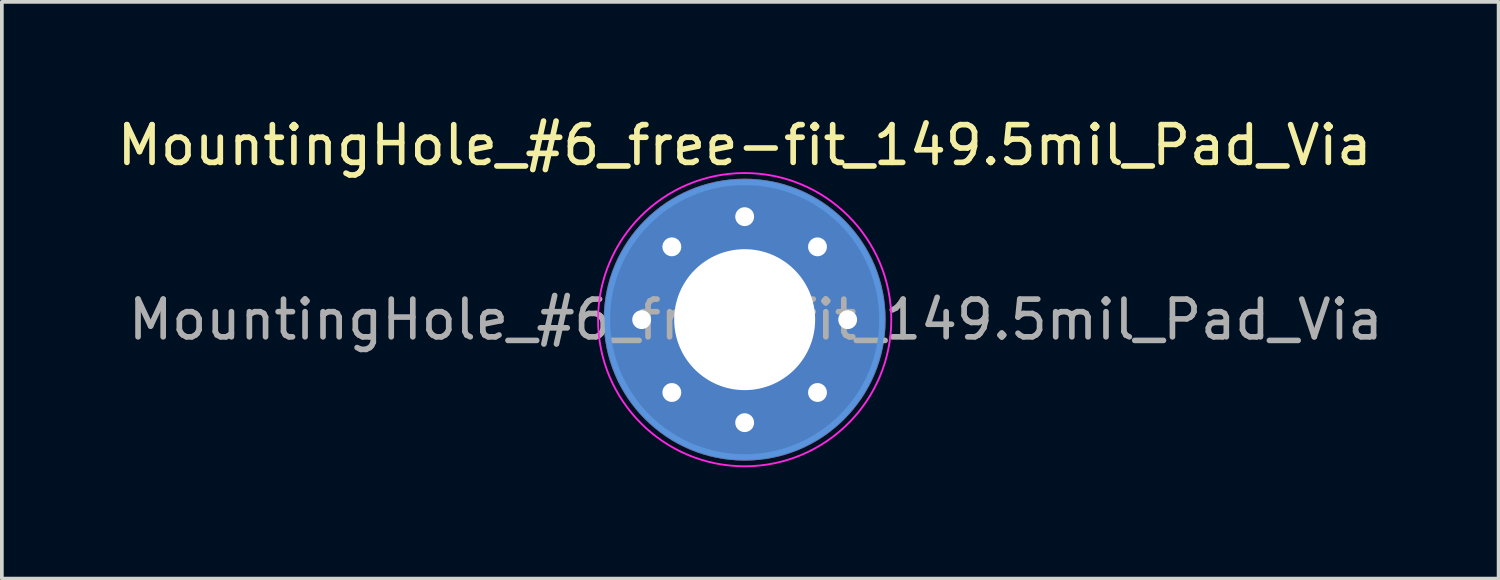
<source format=kicad_pcb>
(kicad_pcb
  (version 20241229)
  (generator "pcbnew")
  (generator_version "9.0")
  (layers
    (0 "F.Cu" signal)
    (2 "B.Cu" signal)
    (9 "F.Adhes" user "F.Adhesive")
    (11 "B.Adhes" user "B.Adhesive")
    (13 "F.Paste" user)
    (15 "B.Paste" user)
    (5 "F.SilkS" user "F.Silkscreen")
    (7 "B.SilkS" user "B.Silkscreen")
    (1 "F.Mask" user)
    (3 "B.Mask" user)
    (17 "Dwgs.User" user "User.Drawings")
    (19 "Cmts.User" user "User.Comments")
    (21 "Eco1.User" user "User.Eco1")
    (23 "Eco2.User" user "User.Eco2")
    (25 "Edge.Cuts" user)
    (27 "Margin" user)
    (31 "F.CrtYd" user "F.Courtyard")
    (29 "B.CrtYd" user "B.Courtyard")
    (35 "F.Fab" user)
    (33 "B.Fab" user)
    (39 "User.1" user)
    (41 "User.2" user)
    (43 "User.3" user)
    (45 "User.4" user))
  (footprint "MountingHole_#6_free-fit_149.5mil_Pad_Via"
    (layer "F.Cu")
    (at 17.012 5.562)
    (property "Reference" "MountingHole_#6_free-fit_149.5mil_Pad_Via" (at 0 -4.7 0) (layer "F.SilkS") (effects (font (size 1.016 1.016) (thickness 0.152))))
    (attr exclude_from_pos_files exclude_from_bom)
    (fp_circle (center 0 0) (end 3.7 0) (stroke (width 0.15) (type solid)) (fill no) (layer "Cmts.User"))
    (fp_circle (center 0 0) (end 3.95 0) (stroke (width 0.05) (type solid)) (fill no) (layer "F.CrtYd"))
    (fp_text user "${REFERENCE}" (at 0.3 0 0) (layer "F.Fab") (effects (font (size 1.016 1.016) (thickness 0.152))))
    (pad "1" thru_hole circle (at -2.775 0) (size 0.813 0.813) (drill 0.508) (layers "*.Cu" "*.Mask"))
    (pad "1" thru_hole circle (at -1.962 -1.962) (size 0.813 0.813) (drill 0.508) (layers "*.Cu" "*.Mask"))
    (pad "1" thru_hole circle (at -1.962 1.962) (size 0.813 0.813) (drill 0.508) (layers "*.Cu" "*.Mask"))
    (pad "1" thru_hole circle (at 0 -2.775) (size 0.813 0.813) (drill 0.508) (layers "*.Cu" "*.Mask"))
    (pad "1" thru_hole circle (at 0 0) (size 7.595 7.595) (drill 3.797) (layers "*.Cu" "*.Mask"))
    (pad "1" thru_hole circle (at 0 2.775) (size 0.813 0.813) (drill 0.508) (layers "*.Cu" "*.Mask"))
    (pad "1" thru_hole circle (at 1.962 -1.962) (size 0.813 0.813) (drill 0.508) (layers "*.Cu" "*.Mask"))
    (pad "1" thru_hole circle (at 1.962 1.962) (size 0.813 0.813) (drill 0.508) (layers "*.Cu" "*.Mask"))
    (pad "1" thru_hole circle (at 2.775 0) (size 0.813 0.813) (drill 0.508) (layers "*.Cu" "*.Mask")))
  (gr_rect
    (start -3 -3)
    (end 37.324 12.537)
    (stroke (width 0.1) (type default))
    (fill no)
    (layer "Edge.Cuts")))
</source>
